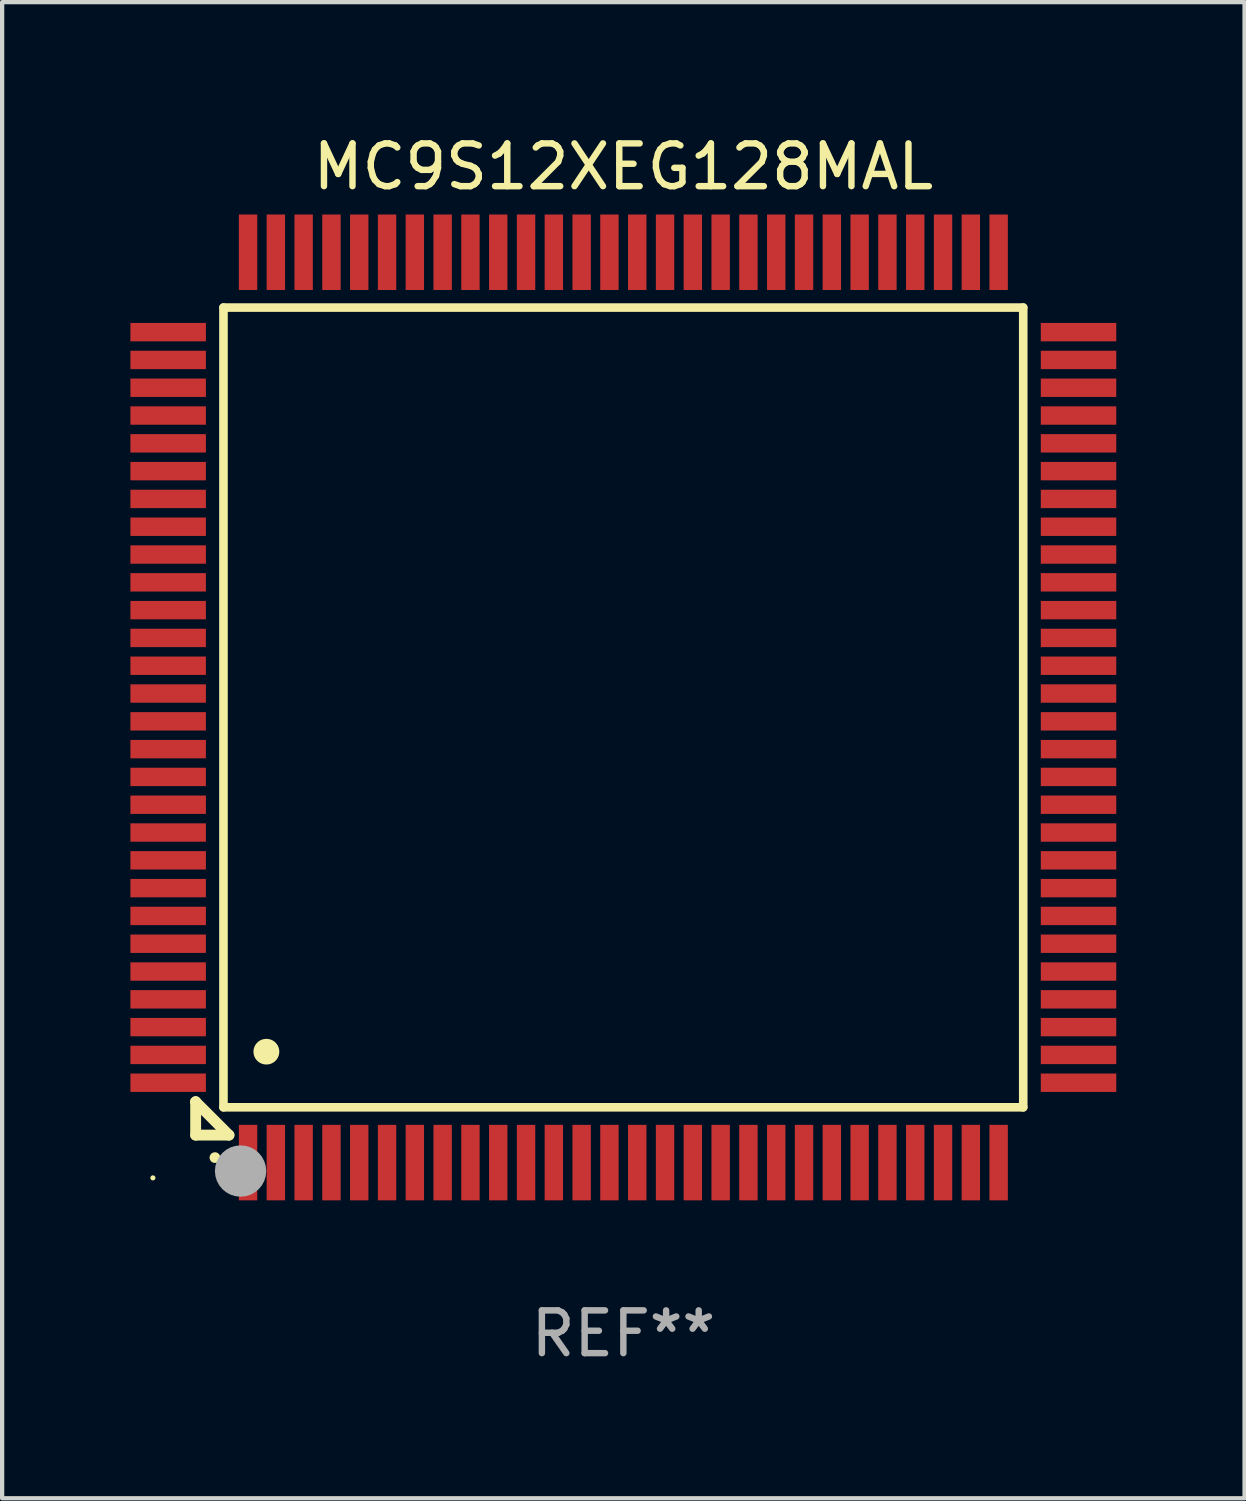
<source format=kicad_pcb>
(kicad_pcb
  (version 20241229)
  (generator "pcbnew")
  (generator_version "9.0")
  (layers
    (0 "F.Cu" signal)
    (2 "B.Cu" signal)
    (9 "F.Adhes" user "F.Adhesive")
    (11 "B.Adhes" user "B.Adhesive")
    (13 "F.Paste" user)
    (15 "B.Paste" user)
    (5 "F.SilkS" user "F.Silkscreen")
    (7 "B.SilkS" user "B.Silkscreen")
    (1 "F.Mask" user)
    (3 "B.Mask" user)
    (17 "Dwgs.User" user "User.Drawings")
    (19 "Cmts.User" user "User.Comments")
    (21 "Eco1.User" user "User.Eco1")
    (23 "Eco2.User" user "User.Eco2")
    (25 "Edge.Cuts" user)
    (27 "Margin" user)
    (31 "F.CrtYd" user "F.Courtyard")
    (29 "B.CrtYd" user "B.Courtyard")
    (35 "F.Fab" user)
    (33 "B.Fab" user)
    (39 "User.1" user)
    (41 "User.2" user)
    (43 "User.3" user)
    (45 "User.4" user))
  (footprint "MC9S12XEG128MAL"
    (layer "F.Cu")
    (at 11.525 13.491)
    (property "Reference" "MC9S12XEG128MAL" (at 0 -12.643 0) (layer "F.SilkS") (effects (font (size 1 1) (thickness 0.15))))
    (attr through_hole)
    (fp_line (start -10 9.221) (end -10 9.221) (stroke (width 0.254) (type solid)) (layer "F.SilkS"))
    (fp_line (start -10 9.221) (end -10 10) (stroke (width 0.254) (type solid)) (layer "F.SilkS"))
    (fp_line (start -10 9.221) (end -9.221 10) (stroke (width 0.254) (type solid)) (layer "F.SilkS"))
    (fp_line (start -10 10) (end -9.221 10) (stroke (width 0.254) (type solid)) (layer "F.SilkS"))
    (fp_line (start -9.35 -9.35) (end -9.35 9.35) (stroke (width 0.201) (type solid)) (layer "F.SilkS"))
    (fp_line (start -9.35 9.35) (end 9.35 9.35) (stroke (width 0.201) (type solid)) (layer "F.SilkS"))
    (fp_line (start 9.35 -9.35) (end -9.35 -9.35) (stroke (width 0.201) (type solid)) (layer "F.SilkS"))
    (fp_line (start 9.35 9.35) (end 9.35 -9.35) (stroke (width 0.201) (type solid)) (layer "F.SilkS"))
    (fp_arc (start -9.550546 10.525832) (mid -9.549276 10.525826) (end -9.548006 10.525832) (stroke (width 0.24892) (type solid)) (layer "F.SilkS"))
    (fp_arc (start -8.349124 8.049327) (mid -8.346584 8.049316) (end -8.344044 8.049327) (stroke (width 0.599441) (type solid)) (layer "F.SilkS"))
    (fp_circle (center -11 11) (end -10.97 11) (stroke (width 0.06) (type solid)) (fill no) (layer "F.SilkS"))
    (fp_circle (center -8.95 10.84) (end -8.65 10.84) (stroke (width 0.6) (type solid)) (fill no) (layer "F.Fab"))
    (fp_text user "REF**" (at 0 14.643 0) (layer "F.Fab") (effects (font (size 1 1) (thickness 0.15))))
    (pad "1" smd rect (at -8.775 10.643) (size 0.43 1.765) (layers "F.Cu" "F.Mask" "F.Paste"))
    (pad "2" smd rect (at -8.125 10.643) (size 0.43 1.765) (layers "F.Cu" "F.Mask" "F.Paste"))
    (pad "3" smd rect (at -7.475 10.643) (size 0.43 1.765) (layers "F.Cu" "F.Mask" "F.Paste"))
    (pad "4" smd rect (at -6.825 10.643) (size 0.43 1.765) (layers "F.Cu" "F.Mask" "F.Paste"))
    (pad "5" smd rect (at -6.175 10.643) (size 0.43 1.765) (layers "F.Cu" "F.Mask" "F.Paste"))
    (pad "6" smd rect (at -5.525 10.643) (size 0.43 1.765) (layers "F.Cu" "F.Mask" "F.Paste"))
    (pad "7" smd rect (at -4.875 10.643) (size 0.43 1.765) (layers "F.Cu" "F.Mask" "F.Paste"))
    (pad "8" smd rect (at -4.225 10.643) (size 0.43 1.765) (layers "F.Cu" "F.Mask" "F.Paste"))
    (pad "9" smd rect (at -3.575 10.643) (size 0.43 1.765) (layers "F.Cu" "F.Mask" "F.Paste"))
    (pad "10" smd rect (at -2.925 10.643) (size 0.43 1.765) (layers "F.Cu" "F.Mask" "F.Paste"))
    (pad "11" smd rect (at -2.275 10.643) (size 0.43 1.765) (layers "F.Cu" "F.Mask" "F.Paste"))
    (pad "12" smd rect (at -1.625 10.643) (size 0.43 1.765) (layers "F.Cu" "F.Mask" "F.Paste"))
    (pad "13" smd rect (at -0.975 10.643) (size 0.43 1.765) (layers "F.Cu" "F.Mask" "F.Paste"))
    (pad "14" smd rect (at -0.325 10.643) (size 0.43 1.765) (layers "F.Cu" "F.Mask" "F.Paste"))
    (pad "15" smd rect (at 0.325 10.643) (size 0.43 1.765) (layers "F.Cu" "F.Mask" "F.Paste"))
    (pad "16" smd rect (at 0.975 10.643) (size 0.43 1.765) (layers "F.Cu" "F.Mask" "F.Paste"))
    (pad "17" smd rect (at 1.625 10.643) (size 0.43 1.765) (layers "F.Cu" "F.Mask" "F.Paste"))
    (pad "18" smd rect (at 2.275 10.643) (size 0.43 1.765) (layers "F.Cu" "F.Mask" "F.Paste"))
    (pad "19" smd rect (at 2.925 10.643) (size 0.43 1.765) (layers "F.Cu" "F.Mask" "F.Paste"))
    (pad "20" smd rect (at 3.575 10.643) (size 0.43 1.765) (layers "F.Cu" "F.Mask" "F.Paste"))
    (pad "21" smd rect (at 4.225 10.643) (size 0.43 1.765) (layers "F.Cu" "F.Mask" "F.Paste"))
    (pad "22" smd rect (at 4.875 10.643) (size 0.43 1.765) (layers "F.Cu" "F.Mask" "F.Paste"))
    (pad "23" smd rect (at 5.525 10.643) (size 0.43 1.765) (layers "F.Cu" "F.Mask" "F.Paste"))
    (pad "24" smd rect (at 6.175 10.643) (size 0.43 1.765) (layers "F.Cu" "F.Mask" "F.Paste"))
    (pad "25" smd rect (at 6.825 10.643) (size 0.43 1.765) (layers "F.Cu" "F.Mask" "F.Paste"))
    (pad "26" smd rect (at 7.475 10.643) (size 0.43 1.765) (layers "F.Cu" "F.Mask" "F.Paste"))
    (pad "27" smd rect (at 8.125 10.643) (size 0.43 1.765) (layers "F.Cu" "F.Mask" "F.Paste"))
    (pad "28" smd rect (at 8.775 10.643) (size 0.43 1.765) (layers "F.Cu" "F.Mask" "F.Paste"))
    (pad "29" smd rect (at 10.643 8.775) (size 1.765 0.43) (layers "F.Cu" "F.Mask" "F.Paste"))
    (pad "30" smd rect (at 10.643 8.125) (size 1.765 0.43) (layers "F.Cu" "F.Mask" "F.Paste"))
    (pad "31" smd rect (at 10.643 7.475) (size 1.765 0.43) (layers "F.Cu" "F.Mask" "F.Paste"))
    (pad "32" smd rect (at 10.643 6.825) (size 1.765 0.43) (layers "F.Cu" "F.Mask" "F.Paste"))
    (pad "33" smd rect (at 10.643 6.175) (size 1.765 0.43) (layers "F.Cu" "F.Mask" "F.Paste"))
    (pad "34" smd rect (at 10.643 5.525) (size 1.765 0.43) (layers "F.Cu" "F.Mask" "F.Paste"))
    (pad "35" smd rect (at 10.643 4.875) (size 1.765 0.43) (layers "F.Cu" "F.Mask" "F.Paste"))
    (pad "36" smd rect (at 10.643 4.225) (size 1.765 0.43) (layers "F.Cu" "F.Mask" "F.Paste"))
    (pad "37" smd rect (at 10.643 3.575) (size 1.765 0.43) (layers "F.Cu" "F.Mask" "F.Paste"))
    (pad "38" smd rect (at 10.643 2.925) (size 1.765 0.43) (layers "F.Cu" "F.Mask" "F.Paste"))
    (pad "39" smd rect (at 10.643 2.275) (size 1.765 0.43) (layers "F.Cu" "F.Mask" "F.Paste"))
    (pad "40" smd rect (at 10.643 1.625) (size 1.765 0.43) (layers "F.Cu" "F.Mask" "F.Paste"))
    (pad "41" smd rect (at 10.643 0.975) (size 1.765 0.43) (layers "F.Cu" "F.Mask" "F.Paste"))
    (pad "42" smd rect (at 10.643 0.325) (size 1.765 0.43) (layers "F.Cu" "F.Mask" "F.Paste"))
    (pad "43" smd rect (at 10.643 -0.325) (size 1.765 0.43) (layers "F.Cu" "F.Mask" "F.Paste"))
    (pad "44" smd rect (at 10.643 -0.975) (size 1.765 0.43) (layers "F.Cu" "F.Mask" "F.Paste"))
    (pad "45" smd rect (at 10.643 -1.625) (size 1.765 0.43) (layers "F.Cu" "F.Mask" "F.Paste"))
    (pad "46" smd rect (at 10.643 -2.275) (size 1.765 0.43) (layers "F.Cu" "F.Mask" "F.Paste"))
    (pad "47" smd rect (at 10.643 -2.925) (size 1.765 0.43) (layers "F.Cu" "F.Mask" "F.Paste"))
    (pad "48" smd rect (at 10.643 -3.575) (size 1.765 0.43) (layers "F.Cu" "F.Mask" "F.Paste"))
    (pad "49" smd rect (at 10.643 -4.225) (size 1.765 0.43) (layers "F.Cu" "F.Mask" "F.Paste"))
    (pad "50" smd rect (at 10.643 -4.875) (size 1.765 0.43) (layers "F.Cu" "F.Mask" "F.Paste"))
    (pad "51" smd rect (at 10.643 -5.525) (size 1.765 0.43) (layers "F.Cu" "F.Mask" "F.Paste"))
    (pad "52" smd rect (at 10.643 -6.175) (size 1.765 0.43) (layers "F.Cu" "F.Mask" "F.Paste"))
    (pad "53" smd rect (at 10.643 -6.825) (size 1.765 0.43) (layers "F.Cu" "F.Mask" "F.Paste"))
    (pad "54" smd rect (at 10.643 -7.475) (size 1.765 0.43) (layers "F.Cu" "F.Mask" "F.Paste"))
    (pad "55" smd rect (at 10.643 -8.125) (size 1.765 0.43) (layers "F.Cu" "F.Mask" "F.Paste"))
    (pad "56" smd rect (at 10.643 -8.775) (size 1.765 0.43) (layers "F.Cu" "F.Mask" "F.Paste"))
    (pad "57" smd rect (at 8.775 -10.643) (size 0.43 1.765) (layers "F.Cu" "F.Mask" "F.Paste"))
    (pad "58" smd rect (at 8.125 -10.643) (size 0.43 1.765) (layers "F.Cu" "F.Mask" "F.Paste"))
    (pad "59" smd rect (at 7.475 -10.643) (size 0.43 1.765) (layers "F.Cu" "F.Mask" "F.Paste"))
    (pad "60" smd rect (at 6.825 -10.643) (size 0.43 1.765) (layers "F.Cu" "F.Mask" "F.Paste"))
    (pad "61" smd rect (at 6.175 -10.643) (size 0.43 1.765) (layers "F.Cu" "F.Mask" "F.Paste"))
    (pad "62" smd rect (at 5.525 -10.643) (size 0.43 1.765) (layers "F.Cu" "F.Mask" "F.Paste"))
    (pad "63" smd rect (at 4.875 -10.643) (size 0.43 1.765) (layers "F.Cu" "F.Mask" "F.Paste"))
    (pad "64" smd rect (at 4.225 -10.643) (size 0.43 1.765) (layers "F.Cu" "F.Mask" "F.Paste"))
    (pad "65" smd rect (at 3.575 -10.643) (size 0.43 1.765) (layers "F.Cu" "F.Mask" "F.Paste"))
    (pad "66" smd rect (at 2.925 -10.643) (size 0.43 1.765) (layers "F.Cu" "F.Mask" "F.Paste"))
    (pad "67" smd rect (at 2.275 -10.643) (size 0.43 1.765) (layers "F.Cu" "F.Mask" "F.Paste"))
    (pad "68" smd rect (at 1.625 -10.643) (size 0.43 1.765) (layers "F.Cu" "F.Mask" "F.Paste"))
    (pad "69" smd rect (at 0.975 -10.643) (size 0.43 1.765) (layers "F.Cu" "F.Mask" "F.Paste"))
    (pad "70" smd rect (at 0.325 -10.643) (size 0.43 1.765) (layers "F.Cu" "F.Mask" "F.Paste"))
    (pad "71" smd rect (at -0.325 -10.643) (size 0.43 1.765) (layers "F.Cu" "F.Mask" "F.Paste"))
    (pad "72" smd rect (at -0.975 -10.643) (size 0.43 1.765) (layers "F.Cu" "F.Mask" "F.Paste"))
    (pad "73" smd rect (at -1.625 -10.643) (size 0.43 1.765) (layers "F.Cu" "F.Mask" "F.Paste"))
    (pad "74" smd rect (at -2.275 -10.643) (size 0.43 1.765) (layers "F.Cu" "F.Mask" "F.Paste"))
    (pad "75" smd rect (at -2.925 -10.643) (size 0.43 1.765) (layers "F.Cu" "F.Mask" "F.Paste"))
    (pad "76" smd rect (at -3.575 -10.643) (size 0.43 1.765) (layers "F.Cu" "F.Mask" "F.Paste"))
    (pad "77" smd rect (at -4.225 -10.643) (size 0.43 1.765) (layers "F.Cu" "F.Mask" "F.Paste"))
    (pad "78" smd rect (at -4.875 -10.643) (size 0.43 1.765) (layers "F.Cu" "F.Mask" "F.Paste"))
    (pad "79" smd rect (at -5.525 -10.643) (size 0.43 1.765) (layers "F.Cu" "F.Mask" "F.Paste"))
    (pad "80" smd rect (at -6.175 -10.643) (size 0.43 1.765) (layers "F.Cu" "F.Mask" "F.Paste"))
    (pad "81" smd rect (at -6.825 -10.643) (size 0.43 1.765) (layers "F.Cu" "F.Mask" "F.Paste"))
    (pad "82" smd rect (at -7.475 -10.643) (size 0.43 1.765) (layers "F.Cu" "F.Mask" "F.Paste"))
    (pad "83" smd rect (at -8.125 -10.643) (size 0.43 1.765) (layers "F.Cu" "F.Mask" "F.Paste"))
    (pad "84" smd rect (at -8.775 -10.643) (size 0.43 1.765) (layers "F.Cu" "F.Mask" "F.Paste"))
    (pad "85" smd rect (at -10.643 -8.775) (size 1.765 0.43) (layers "F.Cu" "F.Mask" "F.Paste"))
    (pad "86" smd rect (at -10.643 -8.125) (size 1.765 0.43) (layers "F.Cu" "F.Mask" "F.Paste"))
    (pad "87" smd rect (at -10.643 -7.475) (size 1.765 0.43) (layers "F.Cu" "F.Mask" "F.Paste"))
    (pad "88" smd rect (at -10.643 -6.825) (size 1.765 0.43) (layers "F.Cu" "F.Mask" "F.Paste"))
    (pad "89" smd rect (at -10.643 -6.175) (size 1.765 0.43) (layers "F.Cu" "F.Mask" "F.Paste"))
    (pad "90" smd rect (at -10.643 -5.525) (size 1.765 0.43) (layers "F.Cu" "F.Mask" "F.Paste"))
    (pad "91" smd rect (at -10.643 -4.875) (size 1.765 0.43) (layers "F.Cu" "F.Mask" "F.Paste"))
    (pad "92" smd rect (at -10.643 -4.225) (size 1.765 0.43) (layers "F.Cu" "F.Mask" "F.Paste"))
    (pad "93" smd rect (at -10.643 -3.575) (size 1.765 0.43) (layers "F.Cu" "F.Mask" "F.Paste"))
    (pad "94" smd rect (at -10.643 -2.925) (size 1.765 0.43) (layers "F.Cu" "F.Mask" "F.Paste"))
    (pad "95" smd rect (at -10.643 -2.275) (size 1.765 0.43) (layers "F.Cu" "F.Mask" "F.Paste"))
    (pad "96" smd rect (at -10.643 -1.625) (size 1.765 0.43) (layers "F.Cu" "F.Mask" "F.Paste"))
    (pad "97" smd rect (at -10.643 -0.975) (size 1.765 0.43) (layers "F.Cu" "F.Mask" "F.Paste"))
    (pad "98" smd rect (at -10.643 -0.325) (size 1.765 0.43) (layers "F.Cu" "F.Mask" "F.Paste"))
    (pad "99" smd rect (at -10.643 0.325) (size 1.765 0.43) (layers "F.Cu" "F.Mask" "F.Paste"))
    (pad "100" smd rect (at -10.643 0.975) (size 1.765 0.43) (layers "F.Cu" "F.Mask" "F.Paste"))
    (pad "101" smd rect (at -10.643 1.625) (size 1.765 0.43) (layers "F.Cu" "F.Mask" "F.Paste"))
    (pad "102" smd rect (at -10.643 2.275) (size 1.765 0.43) (layers "F.Cu" "F.Mask" "F.Paste"))
    (pad "103" smd rect (at -10.643 2.925) (size 1.765 0.43) (layers "F.Cu" "F.Mask" "F.Paste"))
    (pad "104" smd rect (at -10.643 3.575) (size 1.765 0.43) (layers "F.Cu" "F.Mask" "F.Paste"))
    (pad "105" smd rect (at -10.643 4.225) (size 1.765 0.43) (layers "F.Cu" "F.Mask" "F.Paste"))
    (pad "106" smd rect (at -10.643 4.875) (size 1.765 0.43) (layers "F.Cu" "F.Mask" "F.Paste"))
    (pad "107" smd rect (at -10.643 5.525) (size 1.765 0.43) (layers "F.Cu" "F.Mask" "F.Paste"))
    (pad "108" smd rect (at -10.643 6.175) (size 1.765 0.43) (layers "F.Cu" "F.Mask" "F.Paste"))
    (pad "109" smd rect (at -10.643 6.825) (size 1.765 0.43) (layers "F.Cu" "F.Mask" "F.Paste"))
    (pad "110" smd rect (at -10.643 7.475) (size 1.765 0.43) (layers "F.Cu" "F.Mask" "F.Paste"))
    (pad "111" smd rect (at -10.643 8.125) (size 1.765 0.43) (layers "F.Cu" "F.Mask" "F.Paste"))
    (pad "112" smd rect (at -10.643 8.775) (size 1.765 0.43) (layers "F.Cu" "F.Mask" "F.Paste")))
  (gr_rect
    (start -3 -3)
    (end 26.05 31.982)
    (stroke (width 0.1) (type default))
    (fill no)
    (layer "Edge.Cuts")))
</source>
